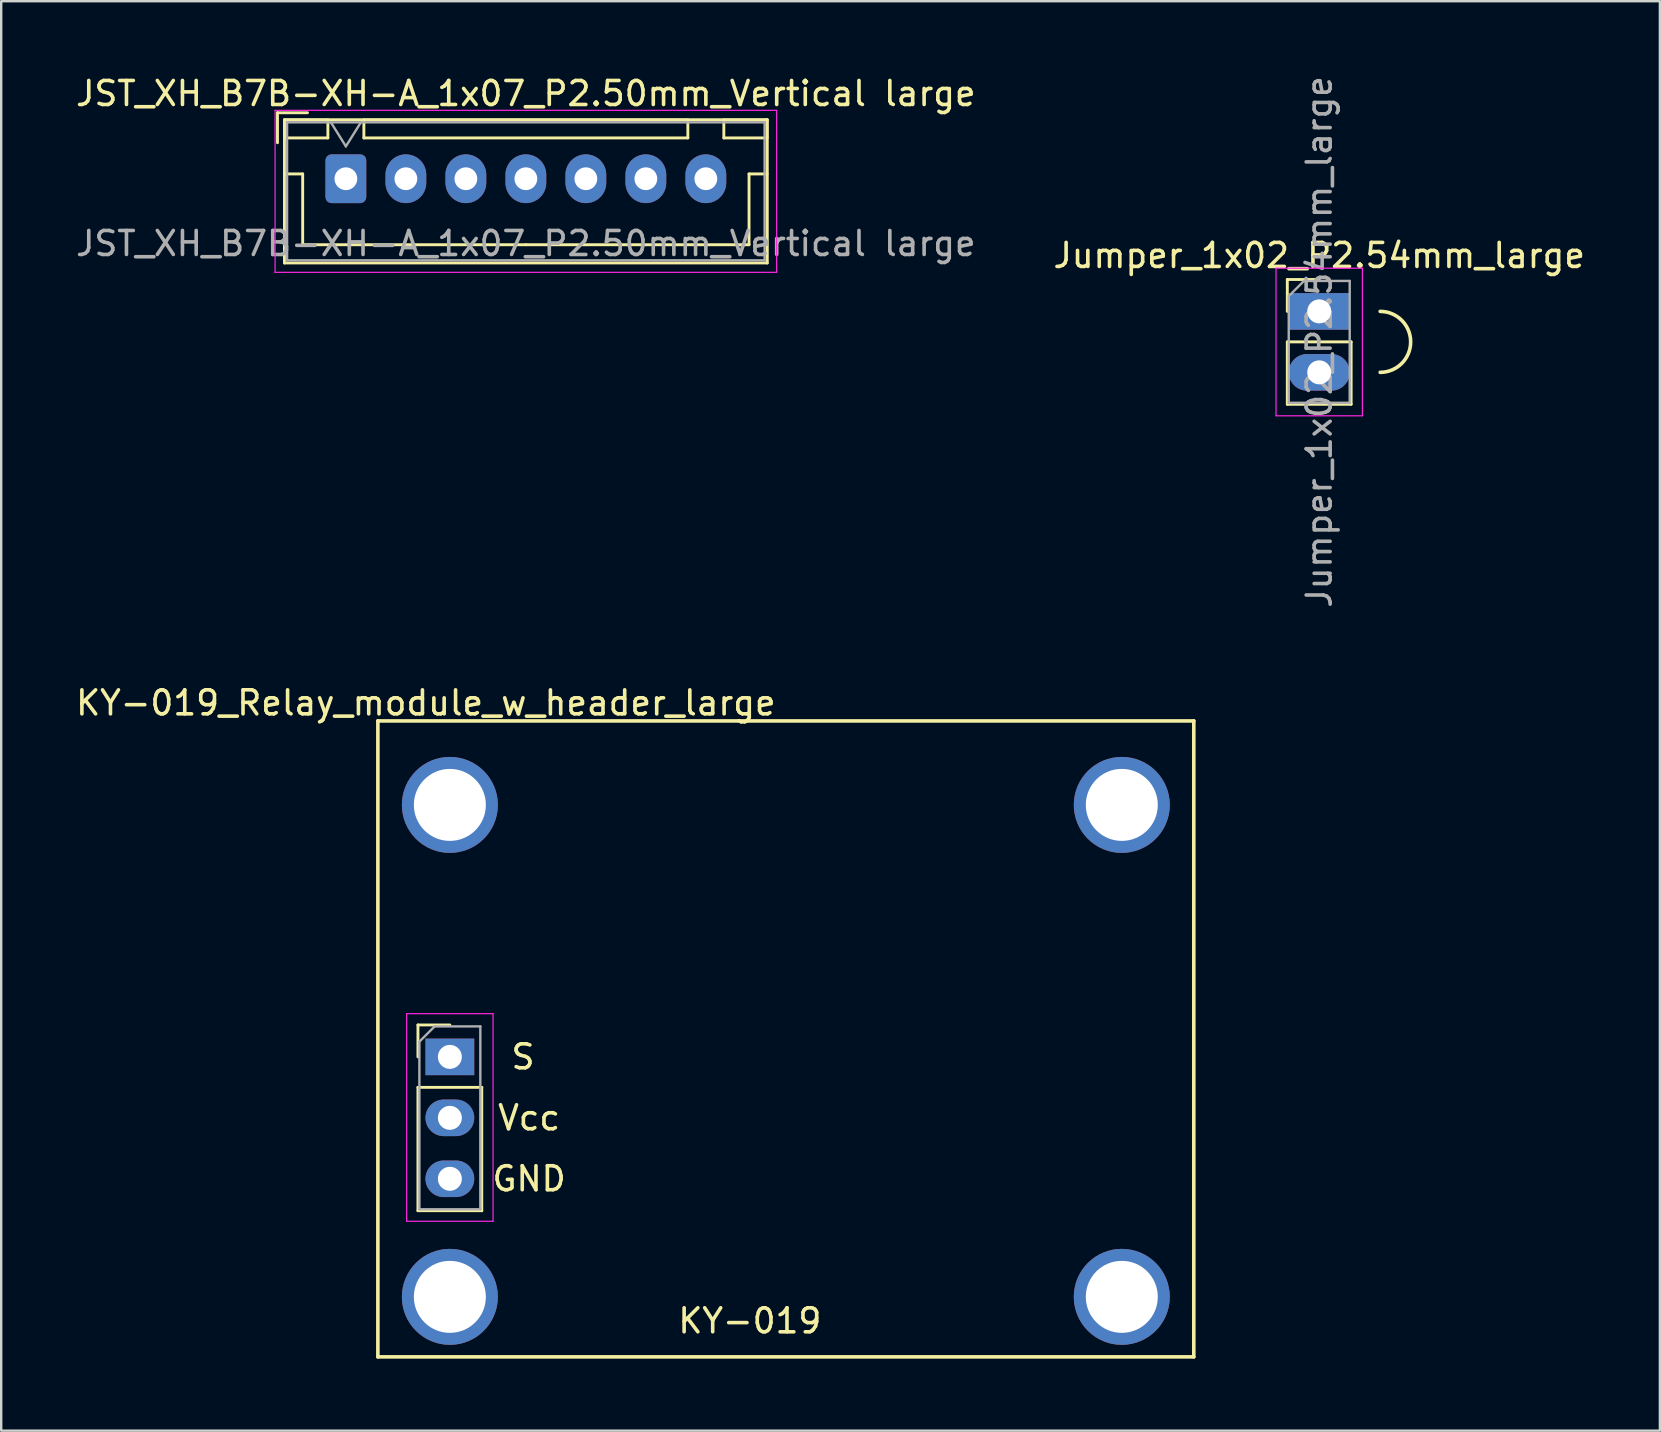
<source format=kicad_pcb>
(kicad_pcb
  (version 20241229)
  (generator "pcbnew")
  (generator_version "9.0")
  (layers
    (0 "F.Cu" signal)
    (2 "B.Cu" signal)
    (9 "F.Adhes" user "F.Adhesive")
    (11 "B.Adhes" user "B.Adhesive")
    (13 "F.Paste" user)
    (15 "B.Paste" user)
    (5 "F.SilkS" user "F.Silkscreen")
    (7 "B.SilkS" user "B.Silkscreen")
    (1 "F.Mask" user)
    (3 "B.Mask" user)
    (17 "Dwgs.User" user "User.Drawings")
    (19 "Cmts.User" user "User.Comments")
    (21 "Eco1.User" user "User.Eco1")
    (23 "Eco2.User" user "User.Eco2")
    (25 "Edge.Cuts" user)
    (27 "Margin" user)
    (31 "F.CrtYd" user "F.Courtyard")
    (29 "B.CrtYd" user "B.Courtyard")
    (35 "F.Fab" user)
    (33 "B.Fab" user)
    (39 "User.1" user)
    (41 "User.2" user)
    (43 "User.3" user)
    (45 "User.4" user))
  (footprint "Jumper_1x02_P2.54mm_large"
    (layer "F.Cu")
    (at 51.923 9.926)
    (property "Reference" "Jumper_1x02_P2.54mm_large" (at 0 -2.33 0) (layer "F.SilkS") (effects (font (size 1 1) (thickness 0.15))))
    (attr through_hole)
    (fp_line (start -1.33 -1.33) (end 0 -1.33) (stroke (width 0.12) (type solid)) (layer "F.SilkS"))
    (fp_line (start -1.33 0) (end -1.33 -1.33) (stroke (width 0.12) (type solid)) (layer "F.SilkS"))
    (fp_line (start -1.33 1.27) (end -1.33 3.87) (stroke (width 0.12) (type solid)) (layer "F.SilkS"))
    (fp_line (start -1.33 1.27) (end 1.33 1.27) (stroke (width 0.12) (type solid)) (layer "F.SilkS"))
    (fp_line (start -1.33 3.87) (end 1.33 3.87) (stroke (width 0.12) (type solid)) (layer "F.SilkS"))
    (fp_line (start 1.33 1.27) (end 1.33 3.87) (stroke (width 0.12) (type solid)) (layer "F.SilkS"))
    (fp_arc (start 2.54 0) (mid 3.81 1.27) (end 2.54 2.54) (stroke (width 0.15) (type solid)) (layer "F.SilkS"))
    (fp_line (start -1.8 -1.8) (end -1.8 4.35) (stroke (width 0.05) (type solid)) (layer "F.CrtYd"))
    (fp_line (start -1.8 4.35) (end 1.8 4.35) (stroke (width 0.05) (type solid)) (layer "F.CrtYd"))
    (fp_line (start 1.8 -1.8) (end -1.8 -1.8) (stroke (width 0.05) (type solid)) (layer "F.CrtYd"))
    (fp_line (start 1.8 4.35) (end 1.8 -1.8) (stroke (width 0.05) (type solid)) (layer "F.CrtYd"))
    (fp_line (start -1.27 -0.635) (end -0.635 -1.27) (stroke (width 0.1) (type solid)) (layer "F.Fab"))
    (fp_line (start -1.27 3.81) (end -1.27 -0.635) (stroke (width 0.1) (type solid)) (layer "F.Fab"))
    (fp_line (start -0.635 -1.27) (end 1.27 -1.27) (stroke (width 0.1) (type solid)) (layer "F.Fab"))
    (fp_line (start 1.27 -1.27) (end 1.27 3.81) (stroke (width 0.1) (type solid)) (layer "F.Fab"))
    (fp_line (start 1.27 3.81) (end -1.27 3.81) (stroke (width 0.1) (type solid)) (layer "F.Fab"))
    (fp_text user "${REFERENCE}" (at 0 1.27 90) (layer "F.Fab") (effects (font (size 1 1) (thickness 0.15))))
    (pad "1" thru_hole rect (at 0 0) (size 2.54 1.524) (drill 1) (layers "*.Cu" "*.Mask"))
    (pad "2" thru_hole oval (at 0 2.54) (size 2.54 1.524) (drill 1) (layers "*.Cu" "*.Mask")))
  (footprint "JST_XH_B7B-XH-A_1x07_P2.50mm_Vertical large"
    (layer "F.Cu")
    (at 11.363 4.398)
    (property "Reference" "JST_XH_B7B-XH-A_1x07_P2.50mm_Vertical large" (at 7.5 -3.55 0) (layer "F.SilkS") (effects (font (size 1 1) (thickness 0.15))))
    (attr through_hole)
    (fp_line (start -2.85 -2.75) (end -2.85 -1.5) (stroke (width 0.12) (type solid)) (layer "F.SilkS"))
    (fp_line (start -2.56 -2.46) (end -2.56 3.51) (stroke (width 0.12) (type solid)) (layer "F.SilkS"))
    (fp_line (start -2.56 3.51) (end 17.56 3.51) (stroke (width 0.12) (type solid)) (layer "F.SilkS"))
    (fp_line (start -2.55 -2.45) (end -2.55 -1.7) (stroke (width 0.12) (type solid)) (layer "F.SilkS"))
    (fp_line (start -2.55 -1.7) (end -0.75 -1.7) (stroke (width 0.12) (type solid)) (layer "F.SilkS"))
    (fp_line (start -2.55 -0.2) (end -1.8 -0.2) (stroke (width 0.12) (type solid)) (layer "F.SilkS"))
    (fp_line (start -1.8 -0.2) (end -1.8 2.75) (stroke (width 0.12) (type solid)) (layer "F.SilkS"))
    (fp_line (start -1.8 2.75) (end 7.5 2.75) (stroke (width 0.12) (type solid)) (layer "F.SilkS"))
    (fp_line (start -1.6 -2.75) (end -2.85 -2.75) (stroke (width 0.12) (type solid)) (layer "F.SilkS"))
    (fp_line (start -0.75 -2.45) (end -2.55 -2.45) (stroke (width 0.12) (type solid)) (layer "F.SilkS"))
    (fp_line (start -0.75 -1.7) (end -0.75 -2.45) (stroke (width 0.12) (type solid)) (layer "F.SilkS"))
    (fp_line (start 0.75 -2.45) (end 0.75 -1.7) (stroke (width 0.12) (type solid)) (layer "F.SilkS"))
    (fp_line (start 0.75 -1.7) (end 14.25 -1.7) (stroke (width 0.12) (type solid)) (layer "F.SilkS"))
    (fp_line (start 14.25 -2.45) (end 0.75 -2.45) (stroke (width 0.12) (type solid)) (layer "F.SilkS"))
    (fp_line (start 14.25 -1.7) (end 14.25 -2.45) (stroke (width 0.12) (type solid)) (layer "F.SilkS"))
    (fp_line (start 15.75 -2.45) (end 15.75 -1.7) (stroke (width 0.12) (type solid)) (layer "F.SilkS"))
    (fp_line (start 15.75 -1.7) (end 17.55 -1.7) (stroke (width 0.12) (type solid)) (layer "F.SilkS"))
    (fp_line (start 16.8 -0.2) (end 16.8 2.75) (stroke (width 0.12) (type solid)) (layer "F.SilkS"))
    (fp_line (start 16.8 2.75) (end 7.5 2.75) (stroke (width 0.12) (type solid)) (layer "F.SilkS"))
    (fp_line (start 17.55 -2.45) (end 15.75 -2.45) (stroke (width 0.12) (type solid)) (layer "F.SilkS"))
    (fp_line (start 17.55 -1.7) (end 17.55 -2.45) (stroke (width 0.12) (type solid)) (layer "F.SilkS"))
    (fp_line (start 17.55 -0.2) (end 16.8 -0.2) (stroke (width 0.12) (type solid)) (layer "F.SilkS"))
    (fp_line (start 17.56 -2.46) (end -2.56 -2.46) (stroke (width 0.12) (type solid)) (layer "F.SilkS"))
    (fp_line (start 17.56 3.51) (end 17.56 -2.46) (stroke (width 0.12) (type solid)) (layer "F.SilkS"))
    (fp_line (start -2.95 -2.85) (end -2.95 3.9) (stroke (width 0.05) (type solid)) (layer "F.CrtYd"))
    (fp_line (start -2.95 3.9) (end 17.95 3.9) (stroke (width 0.05) (type solid)) (layer "F.CrtYd"))
    (fp_line (start 17.95 -2.85) (end -2.95 -2.85) (stroke (width 0.05) (type solid)) (layer "F.CrtYd"))
    (fp_line (start 17.95 3.9) (end 17.95 -2.85) (stroke (width 0.05) (type solid)) (layer "F.CrtYd"))
    (fp_line (start -2.45 -2.35) (end -2.45 3.4) (stroke (width 0.1) (type solid)) (layer "F.Fab"))
    (fp_line (start -2.45 3.4) (end 17.45 3.4) (stroke (width 0.1) (type solid)) (layer "F.Fab"))
    (fp_line (start -0.625 -2.35) (end 0 -1.35) (stroke (width 0.1) (type solid)) (layer "F.Fab"))
    (fp_line (start 0 -1.35) (end 0.625 -2.35) (stroke (width 0.1) (type solid)) (layer "F.Fab"))
    (fp_line (start 17.45 -2.35) (end -2.45 -2.35) (stroke (width 0.1) (type solid)) (layer "F.Fab"))
    (fp_line (start 17.45 3.4) (end 17.45 -2.35) (stroke (width 0.1) (type solid)) (layer "F.Fab"))
    (fp_text user "${REFERENCE}" (at 7.5 2.7 0) (layer "F.Fab") (effects (font (size 1 1) (thickness 0.15))))
    (pad "1" thru_hole roundrect (at 0 0) (size 1.7 2.032) (drill 0.95) (layers "*.Cu" "*.Mask") (roundrect_rratio 0.147))
    (pad "2" thru_hole oval (at 2.5 0) (size 1.7 2.032) (drill 0.95) (layers "*.Cu" "*.Mask"))
    (pad "3" thru_hole oval (at 5 0) (size 1.7 2.032) (drill 0.95) (layers "*.Cu" "*.Mask"))
    (pad "4" thru_hole oval (at 7.5 0) (size 1.7 2.032) (drill 0.95) (layers "*.Cu" "*.Mask"))
    (pad "5" thru_hole oval (at 10 0) (size 1.7 2.032) (drill 0.95) (layers "*.Cu" "*.Mask"))
    (pad "6" thru_hole oval (at 12.5 0) (size 1.7 2.032) (drill 0.95) (layers "*.Cu" "*.Mask"))
    (pad "7" thru_hole oval (at 15 0) (size 1.7 2.032) (drill 0.95) (layers "*.Cu" "*.Mask")))
  (footprint "KY-019_Relay_module_w_header_large"
    (layer "F.Cu")
    (at 15.696 40.991)
    (property "Reference" "KY-019_Relay_module_w_header_large" (at -1 -14.75 0) (layer "F.SilkS") (effects (font (size 1 1) (thickness 0.15))))
    (attr through_hole)
    (fp_line (start -3 -14) (end 31 -14) (stroke (width 0.15) (type solid)) (layer "F.SilkS"))
    (fp_line (start -3 12.5) (end -3 -14) (stroke (width 0.15) (type solid)) (layer "F.SilkS"))
    (fp_line (start -1.33 -1.33) (end 0 -1.33) (stroke (width 0.12) (type solid)) (layer "F.SilkS"))
    (fp_line (start -1.33 0) (end -1.33 -1.33) (stroke (width 0.12) (type solid)) (layer "F.SilkS"))
    (fp_line (start -1.33 1.27) (end -1.33 6.41) (stroke (width 0.12) (type solid)) (layer "F.SilkS"))
    (fp_line (start -1.33 1.27) (end 1.33 1.27) (stroke (width 0.12) (type solid)) (layer "F.SilkS"))
    (fp_line (start -1.33 6.41) (end 1.33 6.41) (stroke (width 0.12) (type solid)) (layer "F.SilkS"))
    (fp_line (start 1.33 1.27) (end 1.33 6.41) (stroke (width 0.12) (type solid)) (layer "F.SilkS"))
    (fp_line (start 31 -14) (end 31 12.5) (stroke (width 0.15) (type solid)) (layer "F.SilkS"))
    (fp_line (start 31 12.5) (end -3 12.5) (stroke (width 0.15) (type solid)) (layer "F.SilkS"))
    (fp_line (start -1.8 -1.8) (end -1.8 6.85) (stroke (width 0.05) (type solid)) (layer "F.CrtYd"))
    (fp_line (start -1.8 6.85) (end 1.8 6.85) (stroke (width 0.05) (type solid)) (layer "F.CrtYd"))
    (fp_line (start 1.8 -1.8) (end -1.8 -1.8) (stroke (width 0.05) (type solid)) (layer "F.CrtYd"))
    (fp_line (start 1.8 6.85) (end 1.8 -1.8) (stroke (width 0.05) (type solid)) (layer "F.CrtYd"))
    (fp_line (start -1.27 -0.635) (end -0.635 -1.27) (stroke (width 0.1) (type solid)) (layer "F.Fab"))
    (fp_line (start -1.27 6.35) (end -1.27 -0.635) (stroke (width 0.1) (type solid)) (layer "F.Fab"))
    (fp_line (start -0.635 -1.27) (end 1.27 -1.27) (stroke (width 0.1) (type solid)) (layer "F.Fab"))
    (fp_line (start 1.27 -1.27) (end 1.27 6.35) (stroke (width 0.1) (type solid)) (layer "F.Fab"))
    (fp_line (start 1.27 6.35) (end -1.27 6.35) (stroke (width 0.1) (type solid)) (layer "F.Fab"))
    (fp_text user "KY-019" (at 12.5 11 180) (layer "F.SilkS") (effects (font (size 1 1) (thickness 0.15))))
    (fp_text user "Vcc" (at 3.302 2.54 0) (layer "F.SilkS") (effects (font (size 1 1) (thickness 0.15))))
    (fp_text user "S" (at 3.048 0 0) (layer "F.SilkS") (effects (font (size 1 1) (thickness 0.15))))
    (fp_text user "GND" (at 3.302 5.08 0) (layer "F.SilkS") (effects (font (size 1 1) (thickness 0.15))))
    (pad "" np_thru_hole circle (at 0 -10.5) (size 4 4) (drill 3) (layers "*.Cu" "*.Mask"))
    (pad "" np_thru_hole circle (at 0 10) (size 4 4) (drill 3) (layers "*.Cu" "*.Mask"))
    (pad "" np_thru_hole circle (at 28 -10.5) (size 4 4) (drill 3) (layers "*.Cu" "*.Mask"))
    (pad "" np_thru_hole circle (at 28 10) (size 4 4) (drill 3) (layers "*.Cu" "*.Mask"))
    (pad "1" thru_hole rect (at 0 0) (size 2.032 1.524) (drill 1) (layers "*.Cu" "*.Mask"))
    (pad "2" thru_hole oval (at 0 2.54) (size 2.032 1.524) (drill 1) (layers "*.Cu" "*.Mask"))
    (pad "3" thru_hole oval (at 0 5.08) (size 2.032 1.524) (drill 1) (layers "*.Cu" "*.Mask")))
  (gr_rect
    (start -3 -3)
    (end 66.119 56.566)
    (stroke (width 0.1) (type default))
    (fill no)
    (layer "Edge.Cuts")))
</source>
